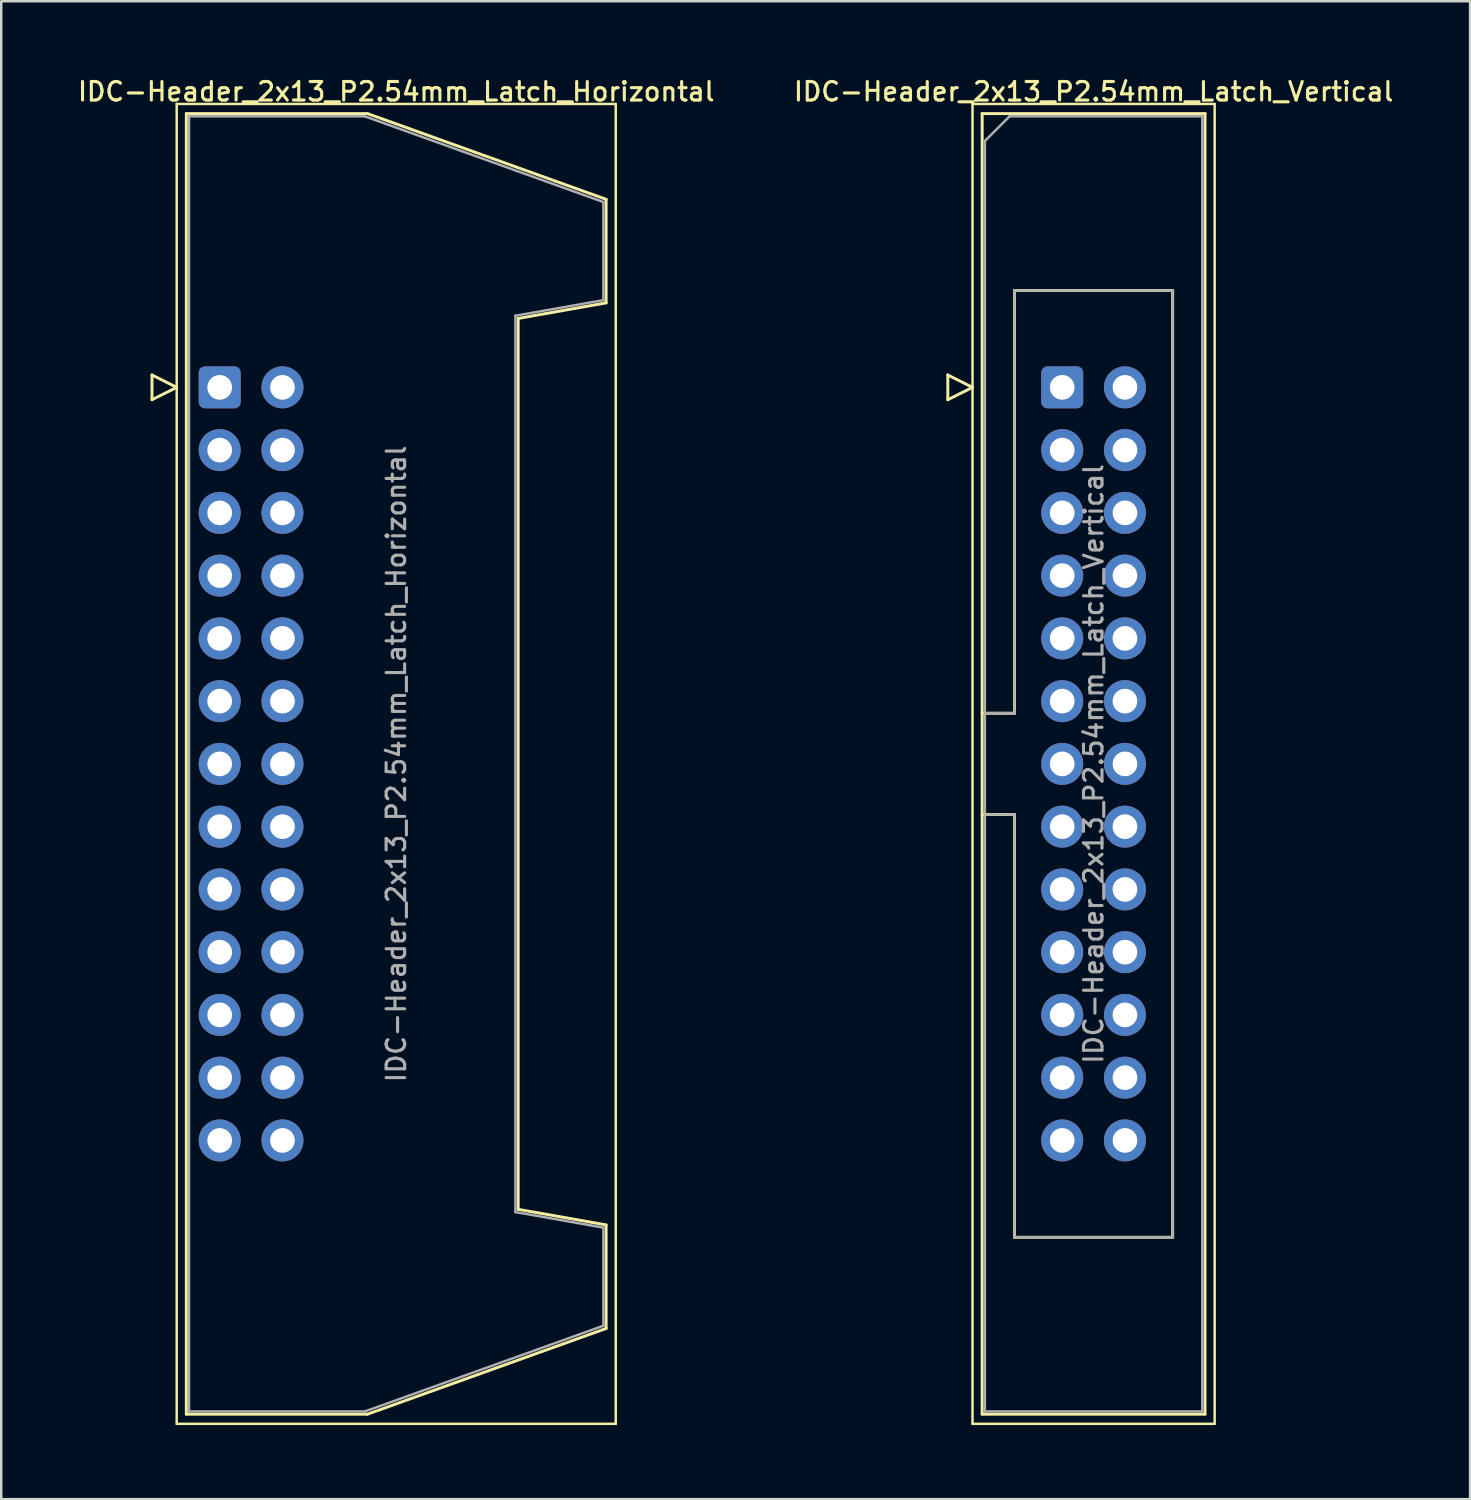
<source format=kicad_pcb>
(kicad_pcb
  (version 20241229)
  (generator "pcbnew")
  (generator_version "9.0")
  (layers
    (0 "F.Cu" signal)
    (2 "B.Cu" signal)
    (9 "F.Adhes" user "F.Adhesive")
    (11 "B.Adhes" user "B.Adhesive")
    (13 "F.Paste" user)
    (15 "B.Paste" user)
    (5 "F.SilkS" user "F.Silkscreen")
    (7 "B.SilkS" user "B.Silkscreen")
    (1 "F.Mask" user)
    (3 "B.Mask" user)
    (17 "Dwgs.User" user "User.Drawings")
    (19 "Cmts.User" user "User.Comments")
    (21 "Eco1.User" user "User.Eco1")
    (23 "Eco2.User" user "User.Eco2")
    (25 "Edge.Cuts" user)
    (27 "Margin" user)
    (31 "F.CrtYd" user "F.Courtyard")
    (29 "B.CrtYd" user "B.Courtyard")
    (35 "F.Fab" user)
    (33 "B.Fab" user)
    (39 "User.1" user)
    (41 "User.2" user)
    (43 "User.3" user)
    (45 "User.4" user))
  (footprint "IDC-Header_2x13_P2.54mm_Latch_Horizontal"
    (layer "F.Cu")
    (at 5.842 12.628)
    (property "Reference" "IDC-Header_2x13_P2.54mm_Latch_Horizontal" (at 7.145 -11.97 0) (layer "F.SilkS") (effects (font (size 0.75 0.75) (thickness 0.125))))
    (attr through_hole)
    (fp_line (start -2.74 -0.5) (end -2.74 0.5) (stroke (width 0.12) (type solid)) (layer "F.SilkS"))
    (fp_line (start -2.74 0.5) (end -1.74 0) (stroke (width 0.12) (type solid)) (layer "F.SilkS"))
    (fp_line (start -1.74 -11.47) (end -1.74 41.95) (stroke (width 0.1) (type solid)) (layer "F.SilkS"))
    (fp_line (start -1.74 0) (end -2.74 -0.5) (stroke (width 0.12) (type solid)) (layer "F.SilkS"))
    (fp_line (start -1.74 41.95) (end 16.03 41.95) (stroke (width 0.1) (type solid)) (layer "F.SilkS"))
    (fp_line (start -1.35 -11.08) (end 5.98 -11.08) (stroke (width 0.12) (type solid)) (layer "F.SilkS"))
    (fp_line (start -1.35 41.56) (end -1.35 -11.08) (stroke (width 0.12) (type solid)) (layer "F.SilkS"))
    (fp_line (start 5.98 -11.08) (end 15.64 -7.61) (stroke (width 0.12) (type solid)) (layer "F.SilkS"))
    (fp_line (start 5.98 41.56) (end -1.35 41.56) (stroke (width 0.12) (type solid)) (layer "F.SilkS"))
    (fp_line (start 12.08 -2.79) (end 12.08 33.27) (stroke (width 0.12) (type solid)) (layer "F.SilkS"))
    (fp_line (start 12.08 33.27) (end 15.64 33.9) (stroke (width 0.12) (type solid)) (layer "F.SilkS"))
    (fp_line (start 15.64 -7.61) (end 15.64 -3.42) (stroke (width 0.12) (type solid)) (layer "F.SilkS"))
    (fp_line (start 15.64 -3.42) (end 12.08 -2.79) (stroke (width 0.12) (type solid)) (layer "F.SilkS"))
    (fp_line (start 15.64 33.9) (end 15.64 38.09) (stroke (width 0.12) (type solid)) (layer "F.SilkS"))
    (fp_line (start 15.64 38.09) (end 5.98 41.56) (stroke (width 0.12) (type solid)) (layer "F.SilkS"))
    (fp_line (start 16.03 -11.47) (end -1.74 -11.47) (stroke (width 0.1) (type solid)) (layer "F.SilkS"))
    (fp_line (start 16.03 41.95) (end 16.03 -11.47) (stroke (width 0.1) (type solid)) (layer "F.SilkS"))
    (fp_line (start -1.24 -10.97) (end 5.87 -10.97) (stroke (width 0.1) (type solid)) (layer "F.Fab"))
    (fp_line (start -1.24 41.45) (end -1.24 -10.97) (stroke (width 0.1) (type solid)) (layer "F.Fab"))
    (fp_line (start 5.87 -10.97) (end 15.53 -7.5) (stroke (width 0.1) (type solid)) (layer "F.Fab"))
    (fp_line (start 5.87 41.45) (end -1.24 41.45) (stroke (width 0.1) (type solid)) (layer "F.Fab"))
    (fp_line (start 11.97 -2.9) (end 11.97 33.38) (stroke (width 0.1) (type solid)) (layer "F.Fab"))
    (fp_line (start 11.97 33.38) (end 15.53 34.01) (stroke (width 0.1) (type solid)) (layer "F.Fab"))
    (fp_line (start 15.53 -7.5) (end 15.53 -3.53) (stroke (width 0.1) (type solid)) (layer "F.Fab"))
    (fp_line (start 15.53 -3.53) (end 11.97 -2.9) (stroke (width 0.1) (type solid)) (layer "F.Fab"))
    (fp_line (start 15.53 34.01) (end 15.53 37.98) (stroke (width 0.1) (type solid)) (layer "F.Fab"))
    (fp_line (start 15.53 37.98) (end 5.87 41.45) (stroke (width 0.1) (type solid)) (layer "F.Fab"))
    (fp_text user "${REFERENCE}" (at 7.145 15.24 90) (layer "F.Fab") (effects (font (size 0.75 0.75) (thickness 0.125))))
    (pad "1" thru_hole roundrect (at 0 0) (size 1.7 1.7) (drill 1) (layers "*.Cu" "*.Mask") (roundrect_rratio 0.147))
    (pad "2" thru_hole circle (at 2.54 0) (size 1.7 1.7) (drill 1) (layers "*.Cu" "*.Mask"))
    (pad "3" thru_hole circle (at 0 2.54) (size 1.7 1.7) (drill 1) (layers "*.Cu" "*.Mask"))
    (pad "4" thru_hole circle (at 2.54 2.54) (size 1.7 1.7) (drill 1) (layers "*.Cu" "*.Mask"))
    (pad "5" thru_hole circle (at 0 5.08) (size 1.7 1.7) (drill 1) (layers "*.Cu" "*.Mask"))
    (pad "6" thru_hole circle (at 2.54 5.08) (size 1.7 1.7) (drill 1) (layers "*.Cu" "*.Mask"))
    (pad "7" thru_hole circle (at 0 7.62) (size 1.7 1.7) (drill 1) (layers "*.Cu" "*.Mask"))
    (pad "8" thru_hole circle (at 2.54 7.62) (size 1.7 1.7) (drill 1) (layers "*.Cu" "*.Mask"))
    (pad "9" thru_hole circle (at 0 10.16) (size 1.7 1.7) (drill 1) (layers "*.Cu" "*.Mask"))
    (pad "10" thru_hole circle (at 2.54 10.16) (size 1.7 1.7) (drill 1) (layers "*.Cu" "*.Mask"))
    (pad "11" thru_hole circle (at 0 12.7) (size 1.7 1.7) (drill 1) (layers "*.Cu" "*.Mask"))
    (pad "12" thru_hole circle (at 2.54 12.7) (size 1.7 1.7) (drill 1) (layers "*.Cu" "*.Mask"))
    (pad "13" thru_hole circle (at 0 15.24) (size 1.7 1.7) (drill 1) (layers "*.Cu" "*.Mask"))
    (pad "14" thru_hole circle (at 2.54 15.24) (size 1.7 1.7) (drill 1) (layers "*.Cu" "*.Mask"))
    (pad "15" thru_hole circle (at 0 17.78) (size 1.7 1.7) (drill 1) (layers "*.Cu" "*.Mask"))
    (pad "16" thru_hole circle (at 2.54 17.78) (size 1.7 1.7) (drill 1) (layers "*.Cu" "*.Mask"))
    (pad "17" thru_hole circle (at 0 20.32) (size 1.7 1.7) (drill 1) (layers "*.Cu" "*.Mask"))
    (pad "18" thru_hole circle (at 2.54 20.32) (size 1.7 1.7) (drill 1) (layers "*.Cu" "*.Mask"))
    (pad "19" thru_hole circle (at 0 22.86) (size 1.7 1.7) (drill 1) (layers "*.Cu" "*.Mask"))
    (pad "20" thru_hole circle (at 2.54 22.86) (size 1.7 1.7) (drill 1) (layers "*.Cu" "*.Mask"))
    (pad "21" thru_hole circle (at 0 25.4) (size 1.7 1.7) (drill 1) (layers "*.Cu" "*.Mask"))
    (pad "22" thru_hole circle (at 2.54 25.4) (size 1.7 1.7) (drill 1) (layers "*.Cu" "*.Mask"))
    (pad "23" thru_hole circle (at 0 27.94) (size 1.7 1.7) (drill 1) (layers "*.Cu" "*.Mask"))
    (pad "24" thru_hole circle (at 2.54 27.94) (size 1.7 1.7) (drill 1) (layers "*.Cu" "*.Mask"))
    (pad "25" thru_hole circle (at 0 30.48) (size 1.7 1.7) (drill 1) (layers "*.Cu" "*.Mask"))
    (pad "26" thru_hole circle (at 2.54 30.48) (size 1.7 1.7) (drill 1) (layers "*.Cu" "*.Mask")))
  (footprint "IDC-Header_2x13_P2.54mm_Latch_Vertical"
    (layer "F.Cu")
    (at 39.942 12.628)
    (property "Reference" "IDC-Header_2x13_P2.54mm_Latch_Vertical" (at 1.27 -11.97 0) (layer "F.SilkS") (effects (font (size 0.75 0.75) (thickness 0.125))))
    (attr through_hole)
    (fp_line (start -4.63 -0.5) (end -4.63 0.5) (stroke (width 0.12) (type solid)) (layer "F.SilkS"))
    (fp_line (start -4.63 0.5) (end -3.63 0) (stroke (width 0.12) (type solid)) (layer "F.SilkS"))
    (fp_line (start -3.63 -11.47) (end -3.63 41.95) (stroke (width 0.1) (type solid)) (layer "F.SilkS"))
    (fp_line (start -3.63 0) (end -4.63 -0.5) (stroke (width 0.12) (type solid)) (layer "F.SilkS"))
    (fp_line (start -3.63 41.95) (end 6.17 41.95) (stroke (width 0.1) (type solid)) (layer "F.SilkS"))
    (fp_line (start -3.24 -11.08) (end 5.78 -11.08) (stroke (width 0.12) (type solid)) (layer "F.SilkS"))
    (fp_line (start -3.24 13.19) (end -1.93 13.19) (stroke (width 0.12) (type solid)) (layer "F.SilkS"))
    (fp_line (start -3.24 41.56) (end -3.24 -11.08) (stroke (width 0.12) (type solid)) (layer "F.SilkS"))
    (fp_line (start -1.93 -3.92) (end 4.47 -3.92) (stroke (width 0.12) (type solid)) (layer "F.SilkS"))
    (fp_line (start -1.93 13.19) (end -1.93 -3.92) (stroke (width 0.12) (type solid)) (layer "F.SilkS"))
    (fp_line (start -1.93 17.29) (end -3.24 17.29) (stroke (width 0.12) (type solid)) (layer "F.SilkS"))
    (fp_line (start -1.93 17.29) (end -1.93 17.29) (stroke (width 0.12) (type solid)) (layer "F.SilkS"))
    (fp_line (start -1.93 34.4) (end -1.93 17.29) (stroke (width 0.12) (type solid)) (layer "F.SilkS"))
    (fp_line (start 4.47 -3.92) (end 4.47 34.4) (stroke (width 0.12) (type solid)) (layer "F.SilkS"))
    (fp_line (start 4.47 34.4) (end -1.93 34.4) (stroke (width 0.12) (type solid)) (layer "F.SilkS"))
    (fp_line (start 5.78 -11.08) (end 5.78 41.56) (stroke (width 0.12) (type solid)) (layer "F.SilkS"))
    (fp_line (start 5.78 41.56) (end -3.24 41.56) (stroke (width 0.12) (type solid)) (layer "F.SilkS"))
    (fp_line (start 6.17 -11.47) (end -3.63 -11.47) (stroke (width 0.1) (type solid)) (layer "F.SilkS"))
    (fp_line (start 6.17 41.95) (end 6.17 -11.47) (stroke (width 0.1) (type solid)) (layer "F.SilkS"))
    (fp_line (start -3.13 -9.97) (end -2.13 -10.97) (stroke (width 0.1) (type solid)) (layer "F.Fab"))
    (fp_line (start -3.13 13.19) (end -1.93 13.19) (stroke (width 0.1) (type solid)) (layer "F.Fab"))
    (fp_line (start -3.13 41.45) (end -3.13 -9.97) (stroke (width 0.1) (type solid)) (layer "F.Fab"))
    (fp_line (start -2.13 -10.97) (end 5.67 -10.97) (stroke (width 0.1) (type solid)) (layer "F.Fab"))
    (fp_line (start -1.93 -3.92) (end 4.47 -3.92) (stroke (width 0.1) (type solid)) (layer "F.Fab"))
    (fp_line (start -1.93 13.19) (end -1.93 -3.92) (stroke (width 0.1) (type solid)) (layer "F.Fab"))
    (fp_line (start -1.93 17.29) (end -3.13 17.29) (stroke (width 0.1) (type solid)) (layer "F.Fab"))
    (fp_line (start -1.93 17.29) (end -1.93 17.29) (stroke (width 0.1) (type solid)) (layer "F.Fab"))
    (fp_line (start -1.93 34.4) (end -1.93 17.29) (stroke (width 0.1) (type solid)) (layer "F.Fab"))
    (fp_line (start 4.47 -3.92) (end 4.47 34.4) (stroke (width 0.1) (type solid)) (layer "F.Fab"))
    (fp_line (start 4.47 34.4) (end -1.93 34.4) (stroke (width 0.1) (type solid)) (layer "F.Fab"))
    (fp_line (start 5.67 -10.97) (end 5.67 41.45) (stroke (width 0.1) (type solid)) (layer "F.Fab"))
    (fp_line (start 5.67 41.45) (end -3.13 41.45) (stroke (width 0.1) (type solid)) (layer "F.Fab"))
    (fp_text user "${REFERENCE}" (at 1.27 15.24 90) (layer "F.Fab") (effects (font (size 0.75 0.75) (thickness 0.125))))
    (pad "1" thru_hole roundrect (at 0 0) (size 1.7 1.7) (drill 1) (layers "*.Cu" "*.Mask") (roundrect_rratio 0.147))
    (pad "2" thru_hole circle (at 2.54 0) (size 1.7 1.7) (drill 1) (layers "*.Cu" "*.Mask"))
    (pad "3" thru_hole circle (at 0 2.54) (size 1.7 1.7) (drill 1) (layers "*.Cu" "*.Mask"))
    (pad "4" thru_hole circle (at 2.54 2.54) (size 1.7 1.7) (drill 1) (layers "*.Cu" "*.Mask"))
    (pad "5" thru_hole circle (at 0 5.08) (size 1.7 1.7) (drill 1) (layers "*.Cu" "*.Mask"))
    (pad "6" thru_hole circle (at 2.54 5.08) (size 1.7 1.7) (drill 1) (layers "*.Cu" "*.Mask"))
    (pad "7" thru_hole circle (at 0 7.62) (size 1.7 1.7) (drill 1) (layers "*.Cu" "*.Mask"))
    (pad "8" thru_hole circle (at 2.54 7.62) (size 1.7 1.7) (drill 1) (layers "*.Cu" "*.Mask"))
    (pad "9" thru_hole circle (at 0 10.16) (size 1.7 1.7) (drill 1) (layers "*.Cu" "*.Mask"))
    (pad "10" thru_hole circle (at 2.54 10.16) (size 1.7 1.7) (drill 1) (layers "*.Cu" "*.Mask"))
    (pad "11" thru_hole circle (at 0 12.7) (size 1.7 1.7) (drill 1) (layers "*.Cu" "*.Mask"))
    (pad "12" thru_hole circle (at 2.54 12.7) (size 1.7 1.7) (drill 1) (layers "*.Cu" "*.Mask"))
    (pad "13" thru_hole circle (at 0 15.24) (size 1.7 1.7) (drill 1) (layers "*.Cu" "*.Mask"))
    (pad "14" thru_hole circle (at 2.54 15.24) (size 1.7 1.7) (drill 1) (layers "*.Cu" "*.Mask"))
    (pad "15" thru_hole circle (at 0 17.78) (size 1.7 1.7) (drill 1) (layers "*.Cu" "*.Mask"))
    (pad "16" thru_hole circle (at 2.54 17.78) (size 1.7 1.7) (drill 1) (layers "*.Cu" "*.Mask"))
    (pad "17" thru_hole circle (at 0 20.32) (size 1.7 1.7) (drill 1) (layers "*.Cu" "*.Mask"))
    (pad "18" thru_hole circle (at 2.54 20.32) (size 1.7 1.7) (drill 1) (layers "*.Cu" "*.Mask"))
    (pad "19" thru_hole circle (at 0 22.86) (size 1.7 1.7) (drill 1) (layers "*.Cu" "*.Mask"))
    (pad "20" thru_hole circle (at 2.54 22.86) (size 1.7 1.7) (drill 1) (layers "*.Cu" "*.Mask"))
    (pad "21" thru_hole circle (at 0 25.4) (size 1.7 1.7) (drill 1) (layers "*.Cu" "*.Mask"))
    (pad "22" thru_hole circle (at 2.54 25.4) (size 1.7 1.7) (drill 1) (layers "*.Cu" "*.Mask"))
    (pad "23" thru_hole circle (at 0 27.94) (size 1.7 1.7) (drill 1) (layers "*.Cu" "*.Mask"))
    (pad "24" thru_hole circle (at 2.54 27.94) (size 1.7 1.7) (drill 1) (layers "*.Cu" "*.Mask"))
    (pad "25" thru_hole circle (at 0 30.48) (size 1.7 1.7) (drill 1) (layers "*.Cu" "*.Mask"))
    (pad "26" thru_hole circle (at 2.54 30.48) (size 1.7 1.7) (drill 1) (layers "*.Cu" "*.Mask")))
  (gr_rect
    (start -3 -3)
    (end 56.45 57.628)
    (stroke (width 0.1) (type default))
    (fill no)
    (layer "Edge.Cuts")))
</source>
